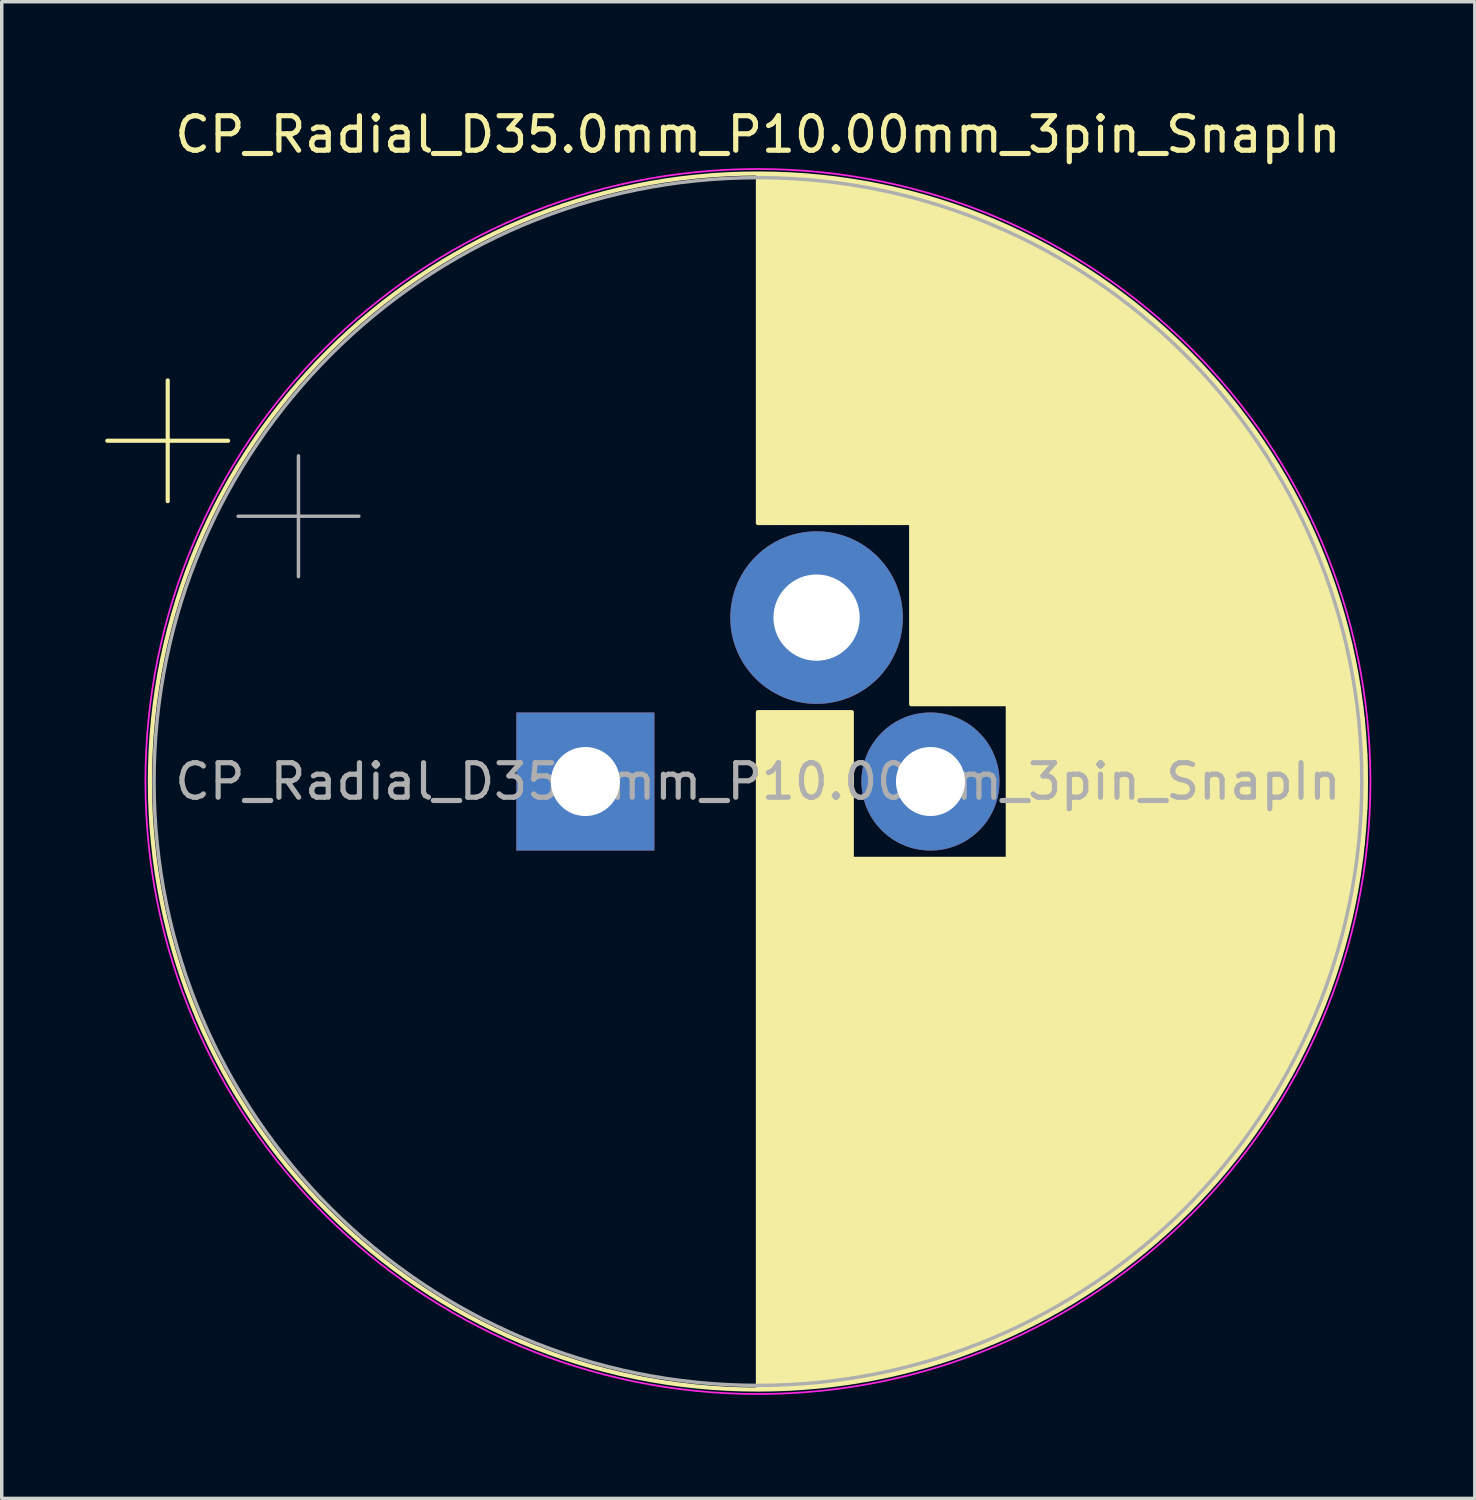
<source format=kicad_pcb>
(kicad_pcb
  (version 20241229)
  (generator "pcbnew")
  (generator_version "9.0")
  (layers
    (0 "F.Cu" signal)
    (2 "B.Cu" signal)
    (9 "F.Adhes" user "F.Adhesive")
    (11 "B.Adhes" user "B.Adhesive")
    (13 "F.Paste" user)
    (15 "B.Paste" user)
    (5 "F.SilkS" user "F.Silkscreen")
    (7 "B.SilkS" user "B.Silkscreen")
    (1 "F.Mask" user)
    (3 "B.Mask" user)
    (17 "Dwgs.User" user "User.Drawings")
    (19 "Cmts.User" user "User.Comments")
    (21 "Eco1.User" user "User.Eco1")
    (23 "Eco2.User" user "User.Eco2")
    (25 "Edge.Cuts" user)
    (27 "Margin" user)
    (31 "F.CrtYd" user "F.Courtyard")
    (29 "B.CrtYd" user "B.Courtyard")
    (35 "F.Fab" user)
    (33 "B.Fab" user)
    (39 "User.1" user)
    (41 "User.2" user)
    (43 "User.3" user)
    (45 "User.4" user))
  (footprint "CP_Radial_D35.0mm_P10.00mm_3pin_SnapIn"
    (layer "F.Cu")
    (at 13.914 19.598)
    (property "Reference" "CP_Radial_D35.0mm_P10.00mm_3pin_SnapIn" (at 5 -18.75 0) (layer "F.SilkS") (effects (font (size 1 1) (thickness 0.15))))
    (attr through_hole)
    (fp_line (start -13.854 -9.875) (end -10.354 -9.875) (stroke (width 0.12) (type solid)) (layer "F.SilkS"))
    (fp_line (start -12.104 -11.625) (end -12.104 -8.125) (stroke (width 0.12) (type solid)) (layer "F.SilkS"))
    (fp_line (start 5 -17.58) (end 5 -7.49) (stroke (width 0.12) (type solid)) (layer "F.SilkS"))
    (fp_line (start 5 -2.01) (end 5 17.58) (stroke (width 0.12) (type solid)) (layer "F.SilkS"))
    (fp_line (start 5.04 -17.58) (end 5.04 -7.49) (stroke (width 0.12) (type solid)) (layer "F.SilkS"))
    (fp_line (start 5.04 -2.01) (end 5.04 17.58) (stroke (width 0.12) (type solid)) (layer "F.SilkS"))
    (fp_line (start 5.08 -17.58) (end 5.08 -7.49) (stroke (width 0.12) (type solid)) (layer "F.SilkS"))
    (fp_line (start 5.08 -2.01) (end 5.08 17.58) (stroke (width 0.12) (type solid)) (layer "F.SilkS"))
    (fp_line (start 5.12 -17.58) (end 5.12 -7.49) (stroke (width 0.12) (type solid)) (layer "F.SilkS"))
    (fp_line (start 5.12 -2.01) (end 5.12 17.58) (stroke (width 0.12) (type solid)) (layer "F.SilkS"))
    (fp_line (start 5.16 -17.58) (end 5.16 -7.49) (stroke (width 0.12) (type solid)) (layer "F.SilkS"))
    (fp_line (start 5.16 -2.01) (end 5.16 17.58) (stroke (width 0.12) (type solid)) (layer "F.SilkS"))
    (fp_line (start 5.2 -17.579) (end 5.2 -7.49) (stroke (width 0.12) (type solid)) (layer "F.SilkS"))
    (fp_line (start 5.2 -2.01) (end 5.2 17.579) (stroke (width 0.12) (type solid)) (layer "F.SilkS"))
    (fp_line (start 5.24 -17.579) (end 5.24 -7.49) (stroke (width 0.12) (type solid)) (layer "F.SilkS"))
    (fp_line (start 5.24 -2.01) (end 5.24 17.579) (stroke (width 0.12) (type solid)) (layer "F.SilkS"))
    (fp_line (start 5.28 -17.578) (end 5.28 -7.49) (stroke (width 0.12) (type solid)) (layer "F.SilkS"))
    (fp_line (start 5.28 -2.01) (end 5.28 17.578) (stroke (width 0.12) (type solid)) (layer "F.SilkS"))
    (fp_line (start 5.32 -17.578) (end 5.32 -7.49) (stroke (width 0.12) (type solid)) (layer "F.SilkS"))
    (fp_line (start 5.32 -2.01) (end 5.32 17.578) (stroke (width 0.12) (type solid)) (layer "F.SilkS"))
    (fp_line (start 5.36 -17.577) (end 5.36 -7.49) (stroke (width 0.12) (type solid)) (layer "F.SilkS"))
    (fp_line (start 5.36 -2.01) (end 5.36 17.577) (stroke (width 0.12) (type solid)) (layer "F.SilkS"))
    (fp_line (start 5.4 -17.576) (end 5.4 -7.49) (stroke (width 0.12) (type solid)) (layer "F.SilkS"))
    (fp_line (start 5.4 -2.01) (end 5.4 17.576) (stroke (width 0.12) (type solid)) (layer "F.SilkS"))
    (fp_line (start 5.44 -17.575) (end 5.44 -7.49) (stroke (width 0.12) (type solid)) (layer "F.SilkS"))
    (fp_line (start 5.44 -2.01) (end 5.44 17.575) (stroke (width 0.12) (type solid)) (layer "F.SilkS"))
    (fp_line (start 5.48 -17.574) (end 5.48 -7.49) (stroke (width 0.12) (type solid)) (layer "F.SilkS"))
    (fp_line (start 5.48 -2.01) (end 5.48 17.574) (stroke (width 0.12) (type solid)) (layer "F.SilkS"))
    (fp_line (start 5.52 -17.573) (end 5.52 -7.49) (stroke (width 0.12) (type solid)) (layer "F.SilkS"))
    (fp_line (start 5.52 -2.01) (end 5.52 17.573) (stroke (width 0.12) (type solid)) (layer "F.SilkS"))
    (fp_line (start 5.56 -17.572) (end 5.56 -7.49) (stroke (width 0.12) (type solid)) (layer "F.SilkS"))
    (fp_line (start 5.56 -2.01) (end 5.56 17.572) (stroke (width 0.12) (type solid)) (layer "F.SilkS"))
    (fp_line (start 5.6 -17.57) (end 5.6 -7.49) (stroke (width 0.12) (type solid)) (layer "F.SilkS"))
    (fp_line (start 5.6 -2.01) (end 5.6 17.57) (stroke (width 0.12) (type solid)) (layer "F.SilkS"))
    (fp_line (start 5.64 -17.569) (end 5.64 -7.49) (stroke (width 0.12) (type solid)) (layer "F.SilkS"))
    (fp_line (start 5.64 -2.01) (end 5.64 17.569) (stroke (width 0.12) (type solid)) (layer "F.SilkS"))
    (fp_line (start 5.68 -17.567) (end 5.68 -7.49) (stroke (width 0.12) (type solid)) (layer "F.SilkS"))
    (fp_line (start 5.68 -2.01) (end 5.68 17.567) (stroke (width 0.12) (type solid)) (layer "F.SilkS"))
    (fp_line (start 5.721 -17.566) (end 5.721 -7.49) (stroke (width 0.12) (type solid)) (layer "F.SilkS"))
    (fp_line (start 5.721 -2.01) (end 5.721 17.566) (stroke (width 0.12) (type solid)) (layer "F.SilkS"))
    (fp_line (start 5.761 -17.564) (end 5.761 -7.49) (stroke (width 0.12) (type solid)) (layer "F.SilkS"))
    (fp_line (start 5.761 -2.01) (end 5.761 17.564) (stroke (width 0.12) (type solid)) (layer "F.SilkS"))
    (fp_line (start 5.801 -17.562) (end 5.801 -7.49) (stroke (width 0.12) (type solid)) (layer "F.SilkS"))
    (fp_line (start 5.801 -2.01) (end 5.801 17.562) (stroke (width 0.12) (type solid)) (layer "F.SilkS"))
    (fp_line (start 5.841 -17.56) (end 5.841 -7.49) (stroke (width 0.12) (type solid)) (layer "F.SilkS"))
    (fp_line (start 5.841 -2.01) (end 5.841 17.56) (stroke (width 0.12) (type solid)) (layer "F.SilkS"))
    (fp_line (start 5.881 -17.559) (end 5.881 -7.49) (stroke (width 0.12) (type solid)) (layer "F.SilkS"))
    (fp_line (start 5.881 -2.01) (end 5.881 17.559) (stroke (width 0.12) (type solid)) (layer "F.SilkS"))
    (fp_line (start 5.921 -17.556) (end 5.921 -7.49) (stroke (width 0.12) (type solid)) (layer "F.SilkS"))
    (fp_line (start 5.921 -2.01) (end 5.921 17.556) (stroke (width 0.12) (type solid)) (layer "F.SilkS"))
    (fp_line (start 5.961 -17.554) (end 5.961 -7.49) (stroke (width 0.12) (type solid)) (layer "F.SilkS"))
    (fp_line (start 5.961 -2.01) (end 5.961 17.554) (stroke (width 0.12) (type solid)) (layer "F.SilkS"))
    (fp_line (start 6.001 -17.552) (end 6.001 -7.49) (stroke (width 0.12) (type solid)) (layer "F.SilkS"))
    (fp_line (start 6.001 -2.01) (end 6.001 17.552) (stroke (width 0.12) (type solid)) (layer "F.SilkS"))
    (fp_line (start 6.041 -17.55) (end 6.041 -7.49) (stroke (width 0.12) (type solid)) (layer "F.SilkS"))
    (fp_line (start 6.041 -2.01) (end 6.041 17.55) (stroke (width 0.12) (type solid)) (layer "F.SilkS"))
    (fp_line (start 6.081 -17.547) (end 6.081 -7.49) (stroke (width 0.12) (type solid)) (layer "F.SilkS"))
    (fp_line (start 6.081 -2.01) (end 6.081 17.547) (stroke (width 0.12) (type solid)) (layer "F.SilkS"))
    (fp_line (start 6.121 -17.545) (end 6.121 -7.49) (stroke (width 0.12) (type solid)) (layer "F.SilkS"))
    (fp_line (start 6.121 -2.01) (end 6.121 17.545) (stroke (width 0.12) (type solid)) (layer "F.SilkS"))
    (fp_line (start 6.161 -17.542) (end 6.161 -7.49) (stroke (width 0.12) (type solid)) (layer "F.SilkS"))
    (fp_line (start 6.161 -2.01) (end 6.161 17.542) (stroke (width 0.12) (type solid)) (layer "F.SilkS"))
    (fp_line (start 6.201 -17.54) (end 6.201 -7.49) (stroke (width 0.12) (type solid)) (layer "F.SilkS"))
    (fp_line (start 6.201 -2.01) (end 6.201 17.54) (stroke (width 0.12) (type solid)) (layer "F.SilkS"))
    (fp_line (start 6.241 -17.537) (end 6.241 -7.49) (stroke (width 0.12) (type solid)) (layer "F.SilkS"))
    (fp_line (start 6.241 -2.01) (end 6.241 17.537) (stroke (width 0.12) (type solid)) (layer "F.SilkS"))
    (fp_line (start 6.281 -17.534) (end 6.281 -7.49) (stroke (width 0.12) (type solid)) (layer "F.SilkS"))
    (fp_line (start 6.281 -2.01) (end 6.281 17.534) (stroke (width 0.12) (type solid)) (layer "F.SilkS"))
    (fp_line (start 6.321 -17.531) (end 6.321 -7.49) (stroke (width 0.12) (type solid)) (layer "F.SilkS"))
    (fp_line (start 6.321 -2.01) (end 6.321 17.531) (stroke (width 0.12) (type solid)) (layer "F.SilkS"))
    (fp_line (start 6.361 -17.528) (end 6.361 -7.49) (stroke (width 0.12) (type solid)) (layer "F.SilkS"))
    (fp_line (start 6.361 -2.01) (end 6.361 17.528) (stroke (width 0.12) (type solid)) (layer "F.SilkS"))
    (fp_line (start 6.401 -17.525) (end 6.401 -7.49) (stroke (width 0.12) (type solid)) (layer "F.SilkS"))
    (fp_line (start 6.401 -2.01) (end 6.401 17.525) (stroke (width 0.12) (type solid)) (layer "F.SilkS"))
    (fp_line (start 6.441 -17.522) (end 6.441 -7.49) (stroke (width 0.12) (type solid)) (layer "F.SilkS"))
    (fp_line (start 6.441 -2.01) (end 6.441 17.522) (stroke (width 0.12) (type solid)) (layer "F.SilkS"))
    (fp_line (start 6.481 -17.518) (end 6.481 -7.49) (stroke (width 0.12) (type solid)) (layer "F.SilkS"))
    (fp_line (start 6.481 -2.01) (end 6.481 17.518) (stroke (width 0.12) (type solid)) (layer "F.SilkS"))
    (fp_line (start 6.521 -17.515) (end 6.521 -7.49) (stroke (width 0.12) (type solid)) (layer "F.SilkS"))
    (fp_line (start 6.521 -2.01) (end 6.521 17.515) (stroke (width 0.12) (type solid)) (layer "F.SilkS"))
    (fp_line (start 6.561 -17.511) (end 6.561 -7.49) (stroke (width 0.12) (type solid)) (layer "F.SilkS"))
    (fp_line (start 6.561 -2.01) (end 6.561 17.511) (stroke (width 0.12) (type solid)) (layer "F.SilkS"))
    (fp_line (start 6.601 -17.508) (end 6.601 -7.49) (stroke (width 0.12) (type solid)) (layer "F.SilkS"))
    (fp_line (start 6.601 -2.01) (end 6.601 17.508) (stroke (width 0.12) (type solid)) (layer "F.SilkS"))
    (fp_line (start 6.641 -17.504) (end 6.641 -7.49) (stroke (width 0.12) (type solid)) (layer "F.SilkS"))
    (fp_line (start 6.641 -2.01) (end 6.641 17.504) (stroke (width 0.12) (type solid)) (layer "F.SilkS"))
    (fp_line (start 6.681 -17.5) (end 6.681 -7.49) (stroke (width 0.12) (type solid)) (layer "F.SilkS"))
    (fp_line (start 6.681 -2.01) (end 6.681 17.5) (stroke (width 0.12) (type solid)) (layer "F.SilkS"))
    (fp_line (start 6.721 -17.496) (end 6.721 -7.49) (stroke (width 0.12) (type solid)) (layer "F.SilkS"))
    (fp_line (start 6.721 -2.01) (end 6.721 17.496) (stroke (width 0.12) (type solid)) (layer "F.SilkS"))
    (fp_line (start 6.761 -17.492) (end 6.761 -7.49) (stroke (width 0.12) (type solid)) (layer "F.SilkS"))
    (fp_line (start 6.761 -2.01) (end 6.761 17.492) (stroke (width 0.12) (type solid)) (layer "F.SilkS"))
    (fp_line (start 6.801 -17.488) (end 6.801 -7.49) (stroke (width 0.12) (type solid)) (layer "F.SilkS"))
    (fp_line (start 6.801 -2.01) (end 6.801 17.488) (stroke (width 0.12) (type solid)) (layer "F.SilkS"))
    (fp_line (start 6.841 -17.484) (end 6.841 -7.49) (stroke (width 0.12) (type solid)) (layer "F.SilkS"))
    (fp_line (start 6.841 -2.01) (end 6.841 17.484) (stroke (width 0.12) (type solid)) (layer "F.SilkS"))
    (fp_line (start 6.881 -17.48) (end 6.881 -7.49) (stroke (width 0.12) (type solid)) (layer "F.SilkS"))
    (fp_line (start 6.881 -2.01) (end 6.881 17.48) (stroke (width 0.12) (type solid)) (layer "F.SilkS"))
    (fp_line (start 6.921 -17.476) (end 6.921 -7.49) (stroke (width 0.12) (type solid)) (layer "F.SilkS"))
    (fp_line (start 6.921 -2.01) (end 6.921 17.476) (stroke (width 0.12) (type solid)) (layer "F.SilkS"))
    (fp_line (start 6.961 -17.471) (end 6.961 -7.49) (stroke (width 0.12) (type solid)) (layer "F.SilkS"))
    (fp_line (start 6.961 -2.01) (end 6.961 17.471) (stroke (width 0.12) (type solid)) (layer "F.SilkS"))
    (fp_line (start 7.001 -17.467) (end 7.001 -7.49) (stroke (width 0.12) (type solid)) (layer "F.SilkS"))
    (fp_line (start 7.001 -2.01) (end 7.001 17.467) (stroke (width 0.12) (type solid)) (layer "F.SilkS"))
    (fp_line (start 7.041 -17.462) (end 7.041 -7.49) (stroke (width 0.12) (type solid)) (layer "F.SilkS"))
    (fp_line (start 7.041 -2.01) (end 7.041 17.462) (stroke (width 0.12) (type solid)) (layer "F.SilkS"))
    (fp_line (start 7.081 -17.457) (end 7.081 -7.49) (stroke (width 0.12) (type solid)) (layer "F.SilkS"))
    (fp_line (start 7.081 -2.01) (end 7.081 17.457) (stroke (width 0.12) (type solid)) (layer "F.SilkS"))
    (fp_line (start 7.121 -17.452) (end 7.121 -7.49) (stroke (width 0.12) (type solid)) (layer "F.SilkS"))
    (fp_line (start 7.121 -2.01) (end 7.121 17.452) (stroke (width 0.12) (type solid)) (layer "F.SilkS"))
    (fp_line (start 7.161 -17.448) (end 7.161 -7.49) (stroke (width 0.12) (type solid)) (layer "F.SilkS"))
    (fp_line (start 7.161 -2.01) (end 7.161 17.448) (stroke (width 0.12) (type solid)) (layer "F.SilkS"))
    (fp_line (start 7.201 -17.443) (end 7.201 -7.49) (stroke (width 0.12) (type solid)) (layer "F.SilkS"))
    (fp_line (start 7.201 -2.01) (end 7.201 17.443) (stroke (width 0.12) (type solid)) (layer "F.SilkS"))
    (fp_line (start 7.241 -17.438) (end 7.241 -7.49) (stroke (width 0.12) (type solid)) (layer "F.SilkS"))
    (fp_line (start 7.241 -2.01) (end 7.241 17.438) (stroke (width 0.12) (type solid)) (layer "F.SilkS"))
    (fp_line (start 7.281 -17.432) (end 7.281 -7.49) (stroke (width 0.12) (type solid)) (layer "F.SilkS"))
    (fp_line (start 7.281 -2.01) (end 7.281 17.432) (stroke (width 0.12) (type solid)) (layer "F.SilkS"))
    (fp_line (start 7.321 -17.427) (end 7.321 -7.49) (stroke (width 0.12) (type solid)) (layer "F.SilkS"))
    (fp_line (start 7.321 -2.01) (end 7.321 17.427) (stroke (width 0.12) (type solid)) (layer "F.SilkS"))
    (fp_line (start 7.361 -17.422) (end 7.361 -7.49) (stroke (width 0.12) (type solid)) (layer "F.SilkS"))
    (fp_line (start 7.361 -2.01) (end 7.361 17.422) (stroke (width 0.12) (type solid)) (layer "F.SilkS"))
    (fp_line (start 7.401 -17.416) (end 7.401 -7.49) (stroke (width 0.12) (type solid)) (layer "F.SilkS"))
    (fp_line (start 7.401 -2.01) (end 7.401 17.416) (stroke (width 0.12) (type solid)) (layer "F.SilkS"))
    (fp_line (start 7.441 -17.411) (end 7.441 -7.49) (stroke (width 0.12) (type solid)) (layer "F.SilkS"))
    (fp_line (start 7.441 -2.01) (end 7.441 17.411) (stroke (width 0.12) (type solid)) (layer "F.SilkS"))
    (fp_line (start 7.481 -17.405) (end 7.481 -7.49) (stroke (width 0.12) (type solid)) (layer "F.SilkS"))
    (fp_line (start 7.481 -2.01) (end 7.481 17.405) (stroke (width 0.12) (type solid)) (layer "F.SilkS"))
    (fp_line (start 7.521 -17.399) (end 7.521 -7.49) (stroke (width 0.12) (type solid)) (layer "F.SilkS"))
    (fp_line (start 7.521 -2.01) (end 7.521 17.399) (stroke (width 0.12) (type solid)) (layer "F.SilkS"))
    (fp_line (start 7.561 -17.394) (end 7.561 -7.49) (stroke (width 0.12) (type solid)) (layer "F.SilkS"))
    (fp_line (start 7.561 -2.01) (end 7.561 17.394) (stroke (width 0.12) (type solid)) (layer "F.SilkS"))
    (fp_line (start 7.601 -17.388) (end 7.601 -7.49) (stroke (width 0.12) (type solid)) (layer "F.SilkS"))
    (fp_line (start 7.601 -2.01) (end 7.601 17.388) (stroke (width 0.12) (type solid)) (layer "F.SilkS"))
    (fp_line (start 7.641 -17.382) (end 7.641 -7.49) (stroke (width 0.12) (type solid)) (layer "F.SilkS"))
    (fp_line (start 7.641 -2.01) (end 7.641 17.382) (stroke (width 0.12) (type solid)) (layer "F.SilkS"))
    (fp_line (start 7.681 -17.375) (end 7.681 -7.49) (stroke (width 0.12) (type solid)) (layer "F.SilkS"))
    (fp_line (start 7.681 -2.01) (end 7.681 17.375) (stroke (width 0.12) (type solid)) (layer "F.SilkS"))
    (fp_line (start 7.721 -17.369) (end 7.721 -7.49) (stroke (width 0.12) (type solid)) (layer "F.SilkS"))
    (fp_line (start 7.721 -2.01) (end 7.721 17.369) (stroke (width 0.12) (type solid)) (layer "F.SilkS"))
    (fp_line (start 7.761 -17.363) (end 7.761 -7.49) (stroke (width 0.12) (type solid)) (layer "F.SilkS"))
    (fp_line (start 7.761 2.24) (end 7.761 17.363) (stroke (width 0.12) (type solid)) (layer "F.SilkS"))
    (fp_line (start 7.801 -17.357) (end 7.801 -7.49) (stroke (width 0.12) (type solid)) (layer "F.SilkS"))
    (fp_line (start 7.801 2.24) (end 7.801 17.357) (stroke (width 0.12) (type solid)) (layer "F.SilkS"))
    (fp_line (start 7.841 -17.35) (end 7.841 -7.49) (stroke (width 0.12) (type solid)) (layer "F.SilkS"))
    (fp_line (start 7.841 2.24) (end 7.841 17.35) (stroke (width 0.12) (type solid)) (layer "F.SilkS"))
    (fp_line (start 7.881 -17.344) (end 7.881 -7.49) (stroke (width 0.12) (type solid)) (layer "F.SilkS"))
    (fp_line (start 7.881 2.24) (end 7.881 17.344) (stroke (width 0.12) (type solid)) (layer "F.SilkS"))
    (fp_line (start 7.921 -17.337) (end 7.921 -7.49) (stroke (width 0.12) (type solid)) (layer "F.SilkS"))
    (fp_line (start 7.921 2.24) (end 7.921 17.337) (stroke (width 0.12) (type solid)) (layer "F.SilkS"))
    (fp_line (start 7.961 -17.33) (end 7.961 -7.49) (stroke (width 0.12) (type solid)) (layer "F.SilkS"))
    (fp_line (start 7.961 2.24) (end 7.961 17.33) (stroke (width 0.12) (type solid)) (layer "F.SilkS"))
    (fp_line (start 8.001 -17.323) (end 8.001 -7.49) (stroke (width 0.12) (type solid)) (layer "F.SilkS"))
    (fp_line (start 8.001 2.24) (end 8.001 17.323) (stroke (width 0.12) (type solid)) (layer "F.SilkS"))
    (fp_line (start 8.041 -17.316) (end 8.041 -7.49) (stroke (width 0.12) (type solid)) (layer "F.SilkS"))
    (fp_line (start 8.041 2.24) (end 8.041 17.316) (stroke (width 0.12) (type solid)) (layer "F.SilkS"))
    (fp_line (start 8.081 -17.309) (end 8.081 -7.49) (stroke (width 0.12) (type solid)) (layer "F.SilkS"))
    (fp_line (start 8.081 2.24) (end 8.081 17.309) (stroke (width 0.12) (type solid)) (layer "F.SilkS"))
    (fp_line (start 8.121 -17.302) (end 8.121 -7.49) (stroke (width 0.12) (type solid)) (layer "F.SilkS"))
    (fp_line (start 8.121 2.24) (end 8.121 17.302) (stroke (width 0.12) (type solid)) (layer "F.SilkS"))
    (fp_line (start 8.161 -17.295) (end 8.161 -7.49) (stroke (width 0.12) (type solid)) (layer "F.SilkS"))
    (fp_line (start 8.161 2.24) (end 8.161 17.295) (stroke (width 0.12) (type solid)) (layer "F.SilkS"))
    (fp_line (start 8.201 -17.287) (end 8.201 -7.49) (stroke (width 0.12) (type solid)) (layer "F.SilkS"))
    (fp_line (start 8.201 2.24) (end 8.201 17.287) (stroke (width 0.12) (type solid)) (layer "F.SilkS"))
    (fp_line (start 8.241 -17.28) (end 8.241 -7.49) (stroke (width 0.12) (type solid)) (layer "F.SilkS"))
    (fp_line (start 8.241 2.24) (end 8.241 17.28) (stroke (width 0.12) (type solid)) (layer "F.SilkS"))
    (fp_line (start 8.281 -17.273) (end 8.281 -7.49) (stroke (width 0.12) (type solid)) (layer "F.SilkS"))
    (fp_line (start 8.281 2.24) (end 8.281 17.273) (stroke (width 0.12) (type solid)) (layer "F.SilkS"))
    (fp_line (start 8.321 -17.265) (end 8.321 -7.49) (stroke (width 0.12) (type solid)) (layer "F.SilkS"))
    (fp_line (start 8.321 2.24) (end 8.321 17.265) (stroke (width 0.12) (type solid)) (layer "F.SilkS"))
    (fp_line (start 8.361 -17.257) (end 8.361 -7.49) (stroke (width 0.12) (type solid)) (layer "F.SilkS"))
    (fp_line (start 8.361 2.24) (end 8.361 17.257) (stroke (width 0.12) (type solid)) (layer "F.SilkS"))
    (fp_line (start 8.401 -17.249) (end 8.401 -7.49) (stroke (width 0.12) (type solid)) (layer "F.SilkS"))
    (fp_line (start 8.401 2.24) (end 8.401 17.249) (stroke (width 0.12) (type solid)) (layer "F.SilkS"))
    (fp_line (start 8.441 -17.241) (end 8.441 -7.49) (stroke (width 0.12) (type solid)) (layer "F.SilkS"))
    (fp_line (start 8.441 2.24) (end 8.441 17.241) (stroke (width 0.12) (type solid)) (layer "F.SilkS"))
    (fp_line (start 8.481 -17.233) (end 8.481 -7.49) (stroke (width 0.12) (type solid)) (layer "F.SilkS"))
    (fp_line (start 8.481 2.24) (end 8.481 17.233) (stroke (width 0.12) (type solid)) (layer "F.SilkS"))
    (fp_line (start 8.521 -17.225) (end 8.521 -7.49) (stroke (width 0.12) (type solid)) (layer "F.SilkS"))
    (fp_line (start 8.521 2.24) (end 8.521 17.225) (stroke (width 0.12) (type solid)) (layer "F.SilkS"))
    (fp_line (start 8.561 -17.217) (end 8.561 -7.49) (stroke (width 0.12) (type solid)) (layer "F.SilkS"))
    (fp_line (start 8.561 2.24) (end 8.561 17.217) (stroke (width 0.12) (type solid)) (layer "F.SilkS"))
    (fp_line (start 8.601 -17.209) (end 8.601 -7.49) (stroke (width 0.12) (type solid)) (layer "F.SilkS"))
    (fp_line (start 8.601 2.24) (end 8.601 17.209) (stroke (width 0.12) (type solid)) (layer "F.SilkS"))
    (fp_line (start 8.641 -17.2) (end 8.641 -7.49) (stroke (width 0.12) (type solid)) (layer "F.SilkS"))
    (fp_line (start 8.641 2.24) (end 8.641 17.2) (stroke (width 0.12) (type solid)) (layer "F.SilkS"))
    (fp_line (start 8.681 -17.192) (end 8.681 -7.49) (stroke (width 0.12) (type solid)) (layer "F.SilkS"))
    (fp_line (start 8.681 2.24) (end 8.681 17.192) (stroke (width 0.12) (type solid)) (layer "F.SilkS"))
    (fp_line (start 8.721 -17.183) (end 8.721 -7.49) (stroke (width 0.12) (type solid)) (layer "F.SilkS"))
    (fp_line (start 8.721 2.24) (end 8.721 17.183) (stroke (width 0.12) (type solid)) (layer "F.SilkS"))
    (fp_line (start 8.761 -17.175) (end 8.761 -7.49) (stroke (width 0.12) (type solid)) (layer "F.SilkS"))
    (fp_line (start 8.761 2.24) (end 8.761 17.175) (stroke (width 0.12) (type solid)) (layer "F.SilkS"))
    (fp_line (start 8.801 -17.166) (end 8.801 -7.49) (stroke (width 0.12) (type solid)) (layer "F.SilkS"))
    (fp_line (start 8.801 2.24) (end 8.801 17.166) (stroke (width 0.12) (type solid)) (layer "F.SilkS"))
    (fp_line (start 8.841 -17.157) (end 8.841 -7.49) (stroke (width 0.12) (type solid)) (layer "F.SilkS"))
    (fp_line (start 8.841 2.24) (end 8.841 17.157) (stroke (width 0.12) (type solid)) (layer "F.SilkS"))
    (fp_line (start 8.881 -17.148) (end 8.881 -7.49) (stroke (width 0.12) (type solid)) (layer "F.SilkS"))
    (fp_line (start 8.881 2.24) (end 8.881 17.148) (stroke (width 0.12) (type solid)) (layer "F.SilkS"))
    (fp_line (start 8.921 -17.139) (end 8.921 -7.49) (stroke (width 0.12) (type solid)) (layer "F.SilkS"))
    (fp_line (start 8.921 2.24) (end 8.921 17.139) (stroke (width 0.12) (type solid)) (layer "F.SilkS"))
    (fp_line (start 8.961 -17.13) (end 8.961 -7.49) (stroke (width 0.12) (type solid)) (layer "F.SilkS"))
    (fp_line (start 8.961 2.24) (end 8.961 17.13) (stroke (width 0.12) (type solid)) (layer "F.SilkS"))
    (fp_line (start 9.001 -17.12) (end 9.001 -7.49) (stroke (width 0.12) (type solid)) (layer "F.SilkS"))
    (fp_line (start 9.001 2.24) (end 9.001 17.12) (stroke (width 0.12) (type solid)) (layer "F.SilkS"))
    (fp_line (start 9.041 -17.111) (end 9.041 -7.49) (stroke (width 0.12) (type solid)) (layer "F.SilkS"))
    (fp_line (start 9.041 2.24) (end 9.041 17.111) (stroke (width 0.12) (type solid)) (layer "F.SilkS"))
    (fp_line (start 9.081 -17.102) (end 9.081 -7.49) (stroke (width 0.12) (type solid)) (layer "F.SilkS"))
    (fp_line (start 9.081 2.24) (end 9.081 17.102) (stroke (width 0.12) (type solid)) (layer "F.SilkS"))
    (fp_line (start 9.121 -17.092) (end 9.121 -7.49) (stroke (width 0.12) (type solid)) (layer "F.SilkS"))
    (fp_line (start 9.121 2.24) (end 9.121 17.092) (stroke (width 0.12) (type solid)) (layer "F.SilkS"))
    (fp_line (start 9.161 -17.082) (end 9.161 -7.49) (stroke (width 0.12) (type solid)) (layer "F.SilkS"))
    (fp_line (start 9.161 2.24) (end 9.161 17.082) (stroke (width 0.12) (type solid)) (layer "F.SilkS"))
    (fp_line (start 9.201 -17.073) (end 9.201 -7.49) (stroke (width 0.12) (type solid)) (layer "F.SilkS"))
    (fp_line (start 9.201 2.24) (end 9.201 17.073) (stroke (width 0.12) (type solid)) (layer "F.SilkS"))
    (fp_line (start 9.241 -17.063) (end 9.241 -7.49) (stroke (width 0.12) (type solid)) (layer "F.SilkS"))
    (fp_line (start 9.241 2.24) (end 9.241 17.063) (stroke (width 0.12) (type solid)) (layer "F.SilkS"))
    (fp_line (start 9.281 -17.053) (end 9.281 -7.49) (stroke (width 0.12) (type solid)) (layer "F.SilkS"))
    (fp_line (start 9.281 2.24) (end 9.281 17.053) (stroke (width 0.12) (type solid)) (layer "F.SilkS"))
    (fp_line (start 9.321 -17.043) (end 9.321 -7.49) (stroke (width 0.12) (type solid)) (layer "F.SilkS"))
    (fp_line (start 9.321 2.24) (end 9.321 17.043) (stroke (width 0.12) (type solid)) (layer "F.SilkS"))
    (fp_line (start 9.361 -17.033) (end 9.361 -7.49) (stroke (width 0.12) (type solid)) (layer "F.SilkS"))
    (fp_line (start 9.361 2.24) (end 9.361 17.033) (stroke (width 0.12) (type solid)) (layer "F.SilkS"))
    (fp_line (start 9.401 -17.022) (end 9.401 -7.49) (stroke (width 0.12) (type solid)) (layer "F.SilkS"))
    (fp_line (start 9.401 2.24) (end 9.401 17.022) (stroke (width 0.12) (type solid)) (layer "F.SilkS"))
    (fp_line (start 9.441 -17.012) (end 9.441 -2.24) (stroke (width 0.12) (type solid)) (layer "F.SilkS"))
    (fp_line (start 9.441 2.24) (end 9.441 17.012) (stroke (width 0.12) (type solid)) (layer "F.SilkS"))
    (fp_line (start 9.481 -17.001) (end 9.481 -2.24) (stroke (width 0.12) (type solid)) (layer "F.SilkS"))
    (fp_line (start 9.481 2.24) (end 9.481 17.001) (stroke (width 0.12) (type solid)) (layer "F.SilkS"))
    (fp_line (start 9.521 -16.991) (end 9.521 -2.24) (stroke (width 0.12) (type solid)) (layer "F.SilkS"))
    (fp_line (start 9.521 2.24) (end 9.521 16.991) (stroke (width 0.12) (type solid)) (layer "F.SilkS"))
    (fp_line (start 9.561 -16.98) (end 9.561 -2.24) (stroke (width 0.12) (type solid)) (layer "F.SilkS"))
    (fp_line (start 9.561 2.24) (end 9.561 16.98) (stroke (width 0.12) (type solid)) (layer "F.SilkS"))
    (fp_line (start 9.601 -16.969) (end 9.601 -2.24) (stroke (width 0.12) (type solid)) (layer "F.SilkS"))
    (fp_line (start 9.601 2.24) (end 9.601 16.969) (stroke (width 0.12) (type solid)) (layer "F.SilkS"))
    (fp_line (start 9.641 -16.959) (end 9.641 -2.24) (stroke (width 0.12) (type solid)) (layer "F.SilkS"))
    (fp_line (start 9.641 2.24) (end 9.641 16.959) (stroke (width 0.12) (type solid)) (layer "F.SilkS"))
    (fp_line (start 9.681 -16.948) (end 9.681 -2.24) (stroke (width 0.12) (type solid)) (layer "F.SilkS"))
    (fp_line (start 9.681 2.24) (end 9.681 16.948) (stroke (width 0.12) (type solid)) (layer "F.SilkS"))
    (fp_line (start 9.721 -16.937) (end 9.721 -2.24) (stroke (width 0.12) (type solid)) (layer "F.SilkS"))
    (fp_line (start 9.721 2.24) (end 9.721 16.937) (stroke (width 0.12) (type solid)) (layer "F.SilkS"))
    (fp_line (start 9.761 -16.925) (end 9.761 -2.24) (stroke (width 0.12) (type solid)) (layer "F.SilkS"))
    (fp_line (start 9.761 2.24) (end 9.761 16.925) (stroke (width 0.12) (type solid)) (layer "F.SilkS"))
    (fp_line (start 9.801 -16.914) (end 9.801 -2.24) (stroke (width 0.12) (type solid)) (layer "F.SilkS"))
    (fp_line (start 9.801 2.24) (end 9.801 16.914) (stroke (width 0.12) (type solid)) (layer "F.SilkS"))
    (fp_line (start 9.841 -16.903) (end 9.841 -2.24) (stroke (width 0.12) (type solid)) (layer "F.SilkS"))
    (fp_line (start 9.841 2.24) (end 9.841 16.903) (stroke (width 0.12) (type solid)) (layer "F.SilkS"))
    (fp_line (start 9.881 -16.891) (end 9.881 -2.24) (stroke (width 0.12) (type solid)) (layer "F.SilkS"))
    (fp_line (start 9.881 2.24) (end 9.881 16.891) (stroke (width 0.12) (type solid)) (layer "F.SilkS"))
    (fp_line (start 9.921 -16.88) (end 9.921 -2.24) (stroke (width 0.12) (type solid)) (layer "F.SilkS"))
    (fp_line (start 9.921 2.24) (end 9.921 16.88) (stroke (width 0.12) (type solid)) (layer "F.SilkS"))
    (fp_line (start 9.961 -16.868) (end 9.961 -2.24) (stroke (width 0.12) (type solid)) (layer "F.SilkS"))
    (fp_line (start 9.961 2.24) (end 9.961 16.868) (stroke (width 0.12) (type solid)) (layer "F.SilkS"))
    (fp_line (start 10.001 -16.856) (end 10.001 -2.24) (stroke (width 0.12) (type solid)) (layer "F.SilkS"))
    (fp_line (start 10.001 2.24) (end 10.001 16.856) (stroke (width 0.12) (type solid)) (layer "F.SilkS"))
    (fp_line (start 10.041 -16.844) (end 10.041 -2.24) (stroke (width 0.12) (type solid)) (layer "F.SilkS"))
    (fp_line (start 10.041 2.24) (end 10.041 16.844) (stroke (width 0.12) (type solid)) (layer "F.SilkS"))
    (fp_line (start 10.081 -16.832) (end 10.081 -2.24) (stroke (width 0.12) (type solid)) (layer "F.SilkS"))
    (fp_line (start 10.081 2.24) (end 10.081 16.832) (stroke (width 0.12) (type solid)) (layer "F.SilkS"))
    (fp_line (start 10.121 -16.82) (end 10.121 -2.24) (stroke (width 0.12) (type solid)) (layer "F.SilkS"))
    (fp_line (start 10.121 2.24) (end 10.121 16.82) (stroke (width 0.12) (type solid)) (layer "F.SilkS"))
    (fp_line (start 10.161 -16.808) (end 10.161 -2.24) (stroke (width 0.12) (type solid)) (layer "F.SilkS"))
    (fp_line (start 10.161 2.24) (end 10.161 16.808) (stroke (width 0.12) (type solid)) (layer "F.SilkS"))
    (fp_line (start 10.201 -16.796) (end 10.201 -2.24) (stroke (width 0.12) (type solid)) (layer "F.SilkS"))
    (fp_line (start 10.201 2.24) (end 10.201 16.796) (stroke (width 0.12) (type solid)) (layer "F.SilkS"))
    (fp_line (start 10.241 -16.783) (end 10.241 -2.24) (stroke (width 0.12) (type solid)) (layer "F.SilkS"))
    (fp_line (start 10.241 2.24) (end 10.241 16.783) (stroke (width 0.12) (type solid)) (layer "F.SilkS"))
    (fp_line (start 10.281 -16.771) (end 10.281 -2.24) (stroke (width 0.12) (type solid)) (layer "F.SilkS"))
    (fp_line (start 10.281 2.24) (end 10.281 16.771) (stroke (width 0.12) (type solid)) (layer "F.SilkS"))
    (fp_line (start 10.321 -16.758) (end 10.321 -2.24) (stroke (width 0.12) (type solid)) (layer "F.SilkS"))
    (fp_line (start 10.321 2.24) (end 10.321 16.758) (stroke (width 0.12) (type solid)) (layer "F.SilkS"))
    (fp_line (start 10.361 -16.745) (end 10.361 -2.24) (stroke (width 0.12) (type solid)) (layer "F.SilkS"))
    (fp_line (start 10.361 2.24) (end 10.361 16.745) (stroke (width 0.12) (type solid)) (layer "F.SilkS"))
    (fp_line (start 10.401 -16.733) (end 10.401 -2.24) (stroke (width 0.12) (type solid)) (layer "F.SilkS"))
    (fp_line (start 10.401 2.24) (end 10.401 16.733) (stroke (width 0.12) (type solid)) (layer "F.SilkS"))
    (fp_line (start 10.441 -16.72) (end 10.441 -2.24) (stroke (width 0.12) (type solid)) (layer "F.SilkS"))
    (fp_line (start 10.441 2.24) (end 10.441 16.72) (stroke (width 0.12) (type solid)) (layer "F.SilkS"))
    (fp_line (start 10.481 -16.707) (end 10.481 -2.24) (stroke (width 0.12) (type solid)) (layer "F.SilkS"))
    (fp_line (start 10.481 2.24) (end 10.481 16.707) (stroke (width 0.12) (type solid)) (layer "F.SilkS"))
    (fp_line (start 10.521 -16.694) (end 10.521 -2.24) (stroke (width 0.12) (type solid)) (layer "F.SilkS"))
    (fp_line (start 10.521 2.24) (end 10.521 16.694) (stroke (width 0.12) (type solid)) (layer "F.SilkS"))
    (fp_line (start 10.561 -16.68) (end 10.561 -2.24) (stroke (width 0.12) (type solid)) (layer "F.SilkS"))
    (fp_line (start 10.561 2.24) (end 10.561 16.68) (stroke (width 0.12) (type solid)) (layer "F.SilkS"))
    (fp_line (start 10.601 -16.667) (end 10.601 -2.24) (stroke (width 0.12) (type solid)) (layer "F.SilkS"))
    (fp_line (start 10.601 2.24) (end 10.601 16.667) (stroke (width 0.12) (type solid)) (layer "F.SilkS"))
    (fp_line (start 10.641 -16.653) (end 10.641 -2.24) (stroke (width 0.12) (type solid)) (layer "F.SilkS"))
    (fp_line (start 10.641 2.24) (end 10.641 16.653) (stroke (width 0.12) (type solid)) (layer "F.SilkS"))
    (fp_line (start 10.681 -16.64) (end 10.681 -2.24) (stroke (width 0.12) (type solid)) (layer "F.SilkS"))
    (fp_line (start 10.681 2.24) (end 10.681 16.64) (stroke (width 0.12) (type solid)) (layer "F.SilkS"))
    (fp_line (start 10.721 -16.626) (end 10.721 -2.24) (stroke (width 0.12) (type solid)) (layer "F.SilkS"))
    (fp_line (start 10.721 2.24) (end 10.721 16.626) (stroke (width 0.12) (type solid)) (layer "F.SilkS"))
    (fp_line (start 10.761 -16.612) (end 10.761 -2.24) (stroke (width 0.12) (type solid)) (layer "F.SilkS"))
    (fp_line (start 10.761 2.24) (end 10.761 16.612) (stroke (width 0.12) (type solid)) (layer "F.SilkS"))
    (fp_line (start 10.801 -16.599) (end 10.801 -2.24) (stroke (width 0.12) (type solid)) (layer "F.SilkS"))
    (fp_line (start 10.801 2.24) (end 10.801 16.599) (stroke (width 0.12) (type solid)) (layer "F.SilkS"))
    (fp_line (start 10.841 -16.585) (end 10.841 -2.24) (stroke (width 0.12) (type solid)) (layer "F.SilkS"))
    (fp_line (start 10.841 2.24) (end 10.841 16.585) (stroke (width 0.12) (type solid)) (layer "F.SilkS"))
    (fp_line (start 10.881 -16.57) (end 10.881 -2.24) (stroke (width 0.12) (type solid)) (layer "F.SilkS"))
    (fp_line (start 10.881 2.24) (end 10.881 16.57) (stroke (width 0.12) (type solid)) (layer "F.SilkS"))
    (fp_line (start 10.921 -16.556) (end 10.921 -2.24) (stroke (width 0.12) (type solid)) (layer "F.SilkS"))
    (fp_line (start 10.921 2.24) (end 10.921 16.556) (stroke (width 0.12) (type solid)) (layer "F.SilkS"))
    (fp_line (start 10.961 -16.542) (end 10.961 -2.24) (stroke (width 0.12) (type solid)) (layer "F.SilkS"))
    (fp_line (start 10.961 2.24) (end 10.961 16.542) (stroke (width 0.12) (type solid)) (layer "F.SilkS"))
    (fp_line (start 11.001 -16.527) (end 11.001 -2.24) (stroke (width 0.12) (type solid)) (layer "F.SilkS"))
    (fp_line (start 11.001 2.24) (end 11.001 16.527) (stroke (width 0.12) (type solid)) (layer "F.SilkS"))
    (fp_line (start 11.041 -16.513) (end 11.041 -2.24) (stroke (width 0.12) (type solid)) (layer "F.SilkS"))
    (fp_line (start 11.041 2.24) (end 11.041 16.513) (stroke (width 0.12) (type solid)) (layer "F.SilkS"))
    (fp_line (start 11.081 -16.498) (end 11.081 -2.24) (stroke (width 0.12) (type solid)) (layer "F.SilkS"))
    (fp_line (start 11.081 2.24) (end 11.081 16.498) (stroke (width 0.12) (type solid)) (layer "F.SilkS"))
    (fp_line (start 11.121 -16.484) (end 11.121 -2.24) (stroke (width 0.12) (type solid)) (layer "F.SilkS"))
    (fp_line (start 11.121 2.24) (end 11.121 16.484) (stroke (width 0.12) (type solid)) (layer "F.SilkS"))
    (fp_line (start 11.161 -16.469) (end 11.161 -2.24) (stroke (width 0.12) (type solid)) (layer "F.SilkS"))
    (fp_line (start 11.161 2.24) (end 11.161 16.469) (stroke (width 0.12) (type solid)) (layer "F.SilkS"))
    (fp_line (start 11.201 -16.454) (end 11.201 -2.24) (stroke (width 0.12) (type solid)) (layer "F.SilkS"))
    (fp_line (start 11.201 2.24) (end 11.201 16.454) (stroke (width 0.12) (type solid)) (layer "F.SilkS"))
    (fp_line (start 11.241 -16.439) (end 11.241 -2.24) (stroke (width 0.12) (type solid)) (layer "F.SilkS"))
    (fp_line (start 11.241 2.24) (end 11.241 16.439) (stroke (width 0.12) (type solid)) (layer "F.SilkS"))
    (fp_line (start 11.281 -16.423) (end 11.281 -2.24) (stroke (width 0.12) (type solid)) (layer "F.SilkS"))
    (fp_line (start 11.281 2.24) (end 11.281 16.423) (stroke (width 0.12) (type solid)) (layer "F.SilkS"))
    (fp_line (start 11.321 -16.408) (end 11.321 -2.24) (stroke (width 0.12) (type solid)) (layer "F.SilkS"))
    (fp_line (start 11.321 2.24) (end 11.321 16.408) (stroke (width 0.12) (type solid)) (layer "F.SilkS"))
    (fp_line (start 11.361 -16.393) (end 11.361 -2.24) (stroke (width 0.12) (type solid)) (layer "F.SilkS"))
    (fp_line (start 11.361 2.24) (end 11.361 16.393) (stroke (width 0.12) (type solid)) (layer "F.SilkS"))
    (fp_line (start 11.401 -16.377) (end 11.401 -2.24) (stroke (width 0.12) (type solid)) (layer "F.SilkS"))
    (fp_line (start 11.401 2.24) (end 11.401 16.377) (stroke (width 0.12) (type solid)) (layer "F.SilkS"))
    (fp_line (start 11.441 -16.361) (end 11.441 -2.24) (stroke (width 0.12) (type solid)) (layer "F.SilkS"))
    (fp_line (start 11.441 2.24) (end 11.441 16.361) (stroke (width 0.12) (type solid)) (layer "F.SilkS"))
    (fp_line (start 11.481 -16.346) (end 11.481 -2.24) (stroke (width 0.12) (type solid)) (layer "F.SilkS"))
    (fp_line (start 11.481 2.24) (end 11.481 16.346) (stroke (width 0.12) (type solid)) (layer "F.SilkS"))
    (fp_line (start 11.521 -16.33) (end 11.521 -2.24) (stroke (width 0.12) (type solid)) (layer "F.SilkS"))
    (fp_line (start 11.521 2.24) (end 11.521 16.33) (stroke (width 0.12) (type solid)) (layer "F.SilkS"))
    (fp_line (start 11.561 -16.314) (end 11.561 -2.24) (stroke (width 0.12) (type solid)) (layer "F.SilkS"))
    (fp_line (start 11.561 2.24) (end 11.561 16.314) (stroke (width 0.12) (type solid)) (layer "F.SilkS"))
    (fp_line (start 11.601 -16.298) (end 11.601 -2.24) (stroke (width 0.12) (type solid)) (layer "F.SilkS"))
    (fp_line (start 11.601 2.24) (end 11.601 16.298) (stroke (width 0.12) (type solid)) (layer "F.SilkS"))
    (fp_line (start 11.641 -16.281) (end 11.641 -2.24) (stroke (width 0.12) (type solid)) (layer "F.SilkS"))
    (fp_line (start 11.641 2.24) (end 11.641 16.281) (stroke (width 0.12) (type solid)) (layer "F.SilkS"))
    (fp_line (start 11.681 -16.265) (end 11.681 -2.24) (stroke (width 0.12) (type solid)) (layer "F.SilkS"))
    (fp_line (start 11.681 2.24) (end 11.681 16.265) (stroke (width 0.12) (type solid)) (layer "F.SilkS"))
    (fp_line (start 11.721 -16.249) (end 11.721 -2.24) (stroke (width 0.12) (type solid)) (layer "F.SilkS"))
    (fp_line (start 11.721 2.24) (end 11.721 16.249) (stroke (width 0.12) (type solid)) (layer "F.SilkS"))
    (fp_line (start 11.761 -16.232) (end 11.761 -2.24) (stroke (width 0.12) (type solid)) (layer "F.SilkS"))
    (fp_line (start 11.761 2.24) (end 11.761 16.232) (stroke (width 0.12) (type solid)) (layer "F.SilkS"))
    (fp_line (start 11.801 -16.215) (end 11.801 -2.24) (stroke (width 0.12) (type solid)) (layer "F.SilkS"))
    (fp_line (start 11.801 2.24) (end 11.801 16.215) (stroke (width 0.12) (type solid)) (layer "F.SilkS"))
    (fp_line (start 11.841 -16.199) (end 11.841 -2.24) (stroke (width 0.12) (type solid)) (layer "F.SilkS"))
    (fp_line (start 11.841 2.24) (end 11.841 16.199) (stroke (width 0.12) (type solid)) (layer "F.SilkS"))
    (fp_line (start 11.881 -16.182) (end 11.881 -2.24) (stroke (width 0.12) (type solid)) (layer "F.SilkS"))
    (fp_line (start 11.881 2.24) (end 11.881 16.182) (stroke (width 0.12) (type solid)) (layer "F.SilkS"))
    (fp_line (start 11.921 -16.165) (end 11.921 -2.24) (stroke (width 0.12) (type solid)) (layer "F.SilkS"))
    (fp_line (start 11.921 2.24) (end 11.921 16.165) (stroke (width 0.12) (type solid)) (layer "F.SilkS"))
    (fp_line (start 11.961 -16.148) (end 11.961 -2.24) (stroke (width 0.12) (type solid)) (layer "F.SilkS"))
    (fp_line (start 11.961 2.24) (end 11.961 16.148) (stroke (width 0.12) (type solid)) (layer "F.SilkS"))
    (fp_line (start 12.001 -16.13) (end 12.001 -2.24) (stroke (width 0.12) (type solid)) (layer "F.SilkS"))
    (fp_line (start 12.001 2.24) (end 12.001 16.13) (stroke (width 0.12) (type solid)) (layer "F.SilkS"))
    (fp_line (start 12.041 -16.113) (end 12.041 -2.24) (stroke (width 0.12) (type solid)) (layer "F.SilkS"))
    (fp_line (start 12.041 2.24) (end 12.041 16.113) (stroke (width 0.12) (type solid)) (layer "F.SilkS"))
    (fp_line (start 12.081 -16.095) (end 12.081 -2.24) (stroke (width 0.12) (type solid)) (layer "F.SilkS"))
    (fp_line (start 12.081 2.24) (end 12.081 16.095) (stroke (width 0.12) (type solid)) (layer "F.SilkS"))
    (fp_line (start 12.121 -16.078) (end 12.121 -2.24) (stroke (width 0.12) (type solid)) (layer "F.SilkS"))
    (fp_line (start 12.121 2.24) (end 12.121 16.078) (stroke (width 0.12) (type solid)) (layer "F.SilkS"))
    (fp_line (start 12.161 -16.06) (end 12.161 -2.24) (stroke (width 0.12) (type solid)) (layer "F.SilkS"))
    (fp_line (start 12.161 2.24) (end 12.161 16.06) (stroke (width 0.12) (type solid)) (layer "F.SilkS"))
    (fp_line (start 12.201 -16.042) (end 12.201 -2.24) (stroke (width 0.12) (type solid)) (layer "F.SilkS"))
    (fp_line (start 12.201 2.24) (end 12.201 16.042) (stroke (width 0.12) (type solid)) (layer "F.SilkS"))
    (fp_line (start 12.241 -16.024) (end 12.241 16.024) (stroke (width 0.12) (type solid)) (layer "F.SilkS"))
    (fp_line (start 12.281 -16.006) (end 12.281 16.006) (stroke (width 0.12) (type solid)) (layer "F.SilkS"))
    (fp_line (start 12.321 -15.988) (end 12.321 15.988) (stroke (width 0.12) (type solid)) (layer "F.SilkS"))
    (fp_line (start 12.361 -15.97) (end 12.361 15.97) (stroke (width 0.12) (type solid)) (layer "F.SilkS"))
    (fp_line (start 12.401 -15.951) (end 12.401 15.951) (stroke (width 0.12) (type solid)) (layer "F.SilkS"))
    (fp_line (start 12.441 -15.933) (end 12.441 15.933) (stroke (width 0.12) (type solid)) (layer "F.SilkS"))
    (fp_line (start 12.481 -15.914) (end 12.481 15.914) (stroke (width 0.12) (type solid)) (layer "F.SilkS"))
    (fp_line (start 12.521 -15.895) (end 12.521 15.895) (stroke (width 0.12) (type solid)) (layer "F.SilkS"))
    (fp_line (start 12.561 -15.876) (end 12.561 15.876) (stroke (width 0.12) (type solid)) (layer "F.SilkS"))
    (fp_line (start 12.601 -15.857) (end 12.601 15.857) (stroke (width 0.12) (type solid)) (layer "F.SilkS"))
    (fp_line (start 12.641 -15.838) (end 12.641 15.838) (stroke (width 0.12) (type solid)) (layer "F.SilkS"))
    (fp_line (start 12.681 -15.819) (end 12.681 15.819) (stroke (width 0.12) (type solid)) (layer "F.SilkS"))
    (fp_line (start 12.721 -15.799) (end 12.721 15.799) (stroke (width 0.12) (type solid)) (layer "F.SilkS"))
    (fp_line (start 12.761 -15.78) (end 12.761 15.78) (stroke (width 0.12) (type solid)) (layer "F.SilkS"))
    (fp_line (start 12.801 -15.76) (end 12.801 15.76) (stroke (width 0.12) (type solid)) (layer "F.SilkS"))
    (fp_line (start 12.841 -15.74) (end 12.841 15.74) (stroke (width 0.12) (type solid)) (layer "F.SilkS"))
    (fp_line (start 12.881 -15.72) (end 12.881 15.72) (stroke (width 0.12) (type solid)) (layer "F.SilkS"))
    (fp_line (start 12.921 -15.7) (end 12.921 15.7) (stroke (width 0.12) (type solid)) (layer "F.SilkS"))
    (fp_line (start 12.961 -15.68) (end 12.961 15.68) (stroke (width 0.12) (type solid)) (layer "F.SilkS"))
    (fp_line (start 13.001 -15.66) (end 13.001 15.66) (stroke (width 0.12) (type solid)) (layer "F.SilkS"))
    (fp_line (start 13.041 -15.639) (end 13.041 15.639) (stroke (width 0.12) (type solid)) (layer "F.SilkS"))
    (fp_line (start 13.081 -15.619) (end 13.081 15.619) (stroke (width 0.12) (type solid)) (layer "F.SilkS"))
    (fp_line (start 13.121 -15.598) (end 13.121 15.598) (stroke (width 0.12) (type solid)) (layer "F.SilkS"))
    (fp_line (start 13.161 -15.577) (end 13.161 15.577) (stroke (width 0.12) (type solid)) (layer "F.SilkS"))
    (fp_line (start 13.2 -15.556) (end 13.2 15.556) (stroke (width 0.12) (type solid)) (layer "F.SilkS"))
    (fp_line (start 13.24 -15.535) (end 13.24 15.535) (stroke (width 0.12) (type solid)) (layer "F.SilkS"))
    (fp_line (start 13.28 -15.514) (end 13.28 15.514) (stroke (width 0.12) (type solid)) (layer "F.SilkS"))
    (fp_line (start 13.32 -15.492) (end 13.32 15.492) (stroke (width 0.12) (type solid)) (layer "F.SilkS"))
    (fp_line (start 13.36 -15.471) (end 13.36 15.471) (stroke (width 0.12) (type solid)) (layer "F.SilkS"))
    (fp_line (start 13.4 -15.449) (end 13.4 15.449) (stroke (width 0.12) (type solid)) (layer "F.SilkS"))
    (fp_line (start 13.44 -15.428) (end 13.44 15.428) (stroke (width 0.12) (type solid)) (layer "F.SilkS"))
    (fp_line (start 13.48 -15.406) (end 13.48 15.406) (stroke (width 0.12) (type solid)) (layer "F.SilkS"))
    (fp_line (start 13.52 -15.384) (end 13.52 15.384) (stroke (width 0.12) (type solid)) (layer "F.SilkS"))
    (fp_line (start 13.56 -15.361) (end 13.56 15.361) (stroke (width 0.12) (type solid)) (layer "F.SilkS"))
    (fp_line (start 13.6 -15.339) (end 13.6 15.339) (stroke (width 0.12) (type solid)) (layer "F.SilkS"))
    (fp_line (start 13.64 -15.317) (end 13.64 15.317) (stroke (width 0.12) (type solid)) (layer "F.SilkS"))
    (fp_line (start 13.68 -15.294) (end 13.68 15.294) (stroke (width 0.12) (type solid)) (layer "F.SilkS"))
    (fp_line (start 13.72 -15.271) (end 13.72 15.271) (stroke (width 0.12) (type solid)) (layer "F.SilkS"))
    (fp_line (start 13.76 -15.249) (end 13.76 15.249) (stroke (width 0.12) (type solid)) (layer "F.SilkS"))
    (fp_line (start 13.8 -15.226) (end 13.8 15.226) (stroke (width 0.12) (type solid)) (layer "F.SilkS"))
    (fp_line (start 13.84 -15.203) (end 13.84 15.203) (stroke (width 0.12) (type solid)) (layer "F.SilkS"))
    (fp_line (start 13.88 -15.179) (end 13.88 15.179) (stroke (width 0.12) (type solid)) (layer "F.SilkS"))
    (fp_line (start 13.92 -15.156) (end 13.92 15.156) (stroke (width 0.12) (type solid)) (layer "F.SilkS"))
    (fp_line (start 13.96 -15.132) (end 13.96 15.132) (stroke (width 0.12) (type solid)) (layer "F.SilkS"))
    (fp_line (start 14 -15.109) (end 14 15.109) (stroke (width 0.12) (type solid)) (layer "F.SilkS"))
    (fp_line (start 14.04 -15.085) (end 14.04 15.085) (stroke (width 0.12) (type solid)) (layer "F.SilkS"))
    (fp_line (start 14.08 -15.061) (end 14.08 15.061) (stroke (width 0.12) (type solid)) (layer "F.SilkS"))
    (fp_line (start 14.12 -15.037) (end 14.12 15.037) (stroke (width 0.12) (type solid)) (layer "F.SilkS"))
    (fp_line (start 14.16 -15.012) (end 14.16 15.012) (stroke (width 0.12) (type solid)) (layer "F.SilkS"))
    (fp_line (start 14.2 -14.988) (end 14.2 14.988) (stroke (width 0.12) (type solid)) (layer "F.SilkS"))
    (fp_line (start 14.24 -14.963) (end 14.24 14.963) (stroke (width 0.12) (type solid)) (layer "F.SilkS"))
    (fp_line (start 14.28 -14.939) (end 14.28 14.939) (stroke (width 0.12) (type solid)) (layer "F.SilkS"))
    (fp_line (start 14.32 -14.914) (end 14.32 14.914) (stroke (width 0.12) (type solid)) (layer "F.SilkS"))
    (fp_line (start 14.36 -14.889) (end 14.36 14.889) (stroke (width 0.12) (type solid)) (layer "F.SilkS"))
    (fp_line (start 14.4 -14.864) (end 14.4 14.864) (stroke (width 0.12) (type solid)) (layer "F.SilkS"))
    (fp_line (start 14.44 -14.838) (end 14.44 14.838) (stroke (width 0.12) (type solid)) (layer "F.SilkS"))
    (fp_line (start 14.48 -14.813) (end 14.48 14.813) (stroke (width 0.12) (type solid)) (layer "F.SilkS"))
    (fp_line (start 14.52 -14.787) (end 14.52 14.787) (stroke (width 0.12) (type solid)) (layer "F.SilkS"))
    (fp_line (start 14.56 -14.762) (end 14.56 14.762) (stroke (width 0.12) (type solid)) (layer "F.SilkS"))
    (fp_line (start 14.6 -14.736) (end 14.6 14.736) (stroke (width 0.12) (type solid)) (layer "F.SilkS"))
    (fp_line (start 14.64 -14.71) (end 14.64 14.71) (stroke (width 0.12) (type solid)) (layer "F.SilkS"))
    (fp_line (start 14.68 -14.683) (end 14.68 14.683) (stroke (width 0.12) (type solid)) (layer "F.SilkS"))
    (fp_line (start 14.72 -14.657) (end 14.72 14.657) (stroke (width 0.12) (type solid)) (layer "F.SilkS"))
    (fp_line (start 14.76 -14.63) (end 14.76 14.63) (stroke (width 0.12) (type solid)) (layer "F.SilkS"))
    (fp_line (start 14.8 -14.604) (end 14.8 14.604) (stroke (width 0.12) (type solid)) (layer "F.SilkS"))
    (fp_line (start 14.84 -14.577) (end 14.84 14.577) (stroke (width 0.12) (type solid)) (layer "F.SilkS"))
    (fp_line (start 14.88 -14.55) (end 14.88 14.55) (stroke (width 0.12) (type solid)) (layer "F.SilkS"))
    (fp_line (start 14.92 -14.523) (end 14.92 14.523) (stroke (width 0.12) (type solid)) (layer "F.SilkS"))
    (fp_line (start 14.96 -14.495) (end 14.96 14.495) (stroke (width 0.12) (type solid)) (layer "F.SilkS"))
    (fp_line (start 15 -14.468) (end 15 14.468) (stroke (width 0.12) (type solid)) (layer "F.SilkS"))
    (fp_line (start 15.04 -14.44) (end 15.04 14.44) (stroke (width 0.12) (type solid)) (layer "F.SilkS"))
    (fp_line (start 15.08 -14.412) (end 15.08 14.412) (stroke (width 0.12) (type solid)) (layer "F.SilkS"))
    (fp_line (start 15.12 -14.384) (end 15.12 14.384) (stroke (width 0.12) (type solid)) (layer "F.SilkS"))
    (fp_line (start 15.16 -14.356) (end 15.16 14.356) (stroke (width 0.12) (type solid)) (layer "F.SilkS"))
    (fp_line (start 15.2 -14.328) (end 15.2 14.328) (stroke (width 0.12) (type solid)) (layer "F.SilkS"))
    (fp_line (start 15.24 -14.299) (end 15.24 14.299) (stroke (width 0.12) (type solid)) (layer "F.SilkS"))
    (fp_line (start 15.28 -14.271) (end 15.28 14.271) (stroke (width 0.12) (type solid)) (layer "F.SilkS"))
    (fp_line (start 15.32 -14.242) (end 15.32 14.242) (stroke (width 0.12) (type solid)) (layer "F.SilkS"))
    (fp_line (start 15.36 -14.213) (end 15.36 14.213) (stroke (width 0.12) (type solid)) (layer "F.SilkS"))
    (fp_line (start 15.4 -14.184) (end 15.4 14.184) (stroke (width 0.12) (type solid)) (layer "F.SilkS"))
    (fp_line (start 15.44 -14.155) (end 15.44 14.155) (stroke (width 0.12) (type solid)) (layer "F.SilkS"))
    (fp_line (start 15.48 -14.125) (end 15.48 14.125) (stroke (width 0.12) (type solid)) (layer "F.SilkS"))
    (fp_line (start 15.52 -14.095) (end 15.52 14.095) (stroke (width 0.12) (type solid)) (layer "F.SilkS"))
    (fp_line (start 15.56 -14.065) (end 15.56 14.065) (stroke (width 0.12) (type solid)) (layer "F.SilkS"))
    (fp_line (start 15.6 -14.035) (end 15.6 14.035) (stroke (width 0.12) (type solid)) (layer "F.SilkS"))
    (fp_line (start 15.64 -14.005) (end 15.64 14.005) (stroke (width 0.12) (type solid)) (layer "F.SilkS"))
    (fp_line (start 15.68 -13.975) (end 15.68 13.975) (stroke (width 0.12) (type solid)) (layer "F.SilkS"))
    (fp_line (start 15.72 -13.944) (end 15.72 13.944) (stroke (width 0.12) (type solid)) (layer "F.SilkS"))
    (fp_line (start 15.76 -13.914) (end 15.76 13.914) (stroke (width 0.12) (type solid)) (layer "F.SilkS"))
    (fp_line (start 15.8 -13.883) (end 15.8 13.883) (stroke (width 0.12) (type solid)) (layer "F.SilkS"))
    (fp_line (start 15.84 -13.851) (end 15.84 13.851) (stroke (width 0.12) (type solid)) (layer "F.SilkS"))
    (fp_line (start 15.88 -13.82) (end 15.88 13.82) (stroke (width 0.12) (type solid)) (layer "F.SilkS"))
    (fp_line (start 15.92 -13.789) (end 15.92 13.789) (stroke (width 0.12) (type solid)) (layer "F.SilkS"))
    (fp_line (start 15.96 -13.757) (end 15.96 13.757) (stroke (width 0.12) (type solid)) (layer "F.SilkS"))
    (fp_line (start 16 -13.725) (end 16 13.725) (stroke (width 0.12) (type solid)) (layer "F.SilkS"))
    (fp_line (start 16.04 -13.693) (end 16.04 13.693) (stroke (width 0.12) (type solid)) (layer "F.SilkS"))
    (fp_line (start 16.08 -13.661) (end 16.08 13.661) (stroke (width 0.12) (type solid)) (layer "F.SilkS"))
    (fp_line (start 16.12 -13.628) (end 16.12 13.628) (stroke (width 0.12) (type solid)) (layer "F.SilkS"))
    (fp_line (start 16.16 -13.596) (end 16.16 13.596) (stroke (width 0.12) (type solid)) (layer "F.SilkS"))
    (fp_line (start 16.2 -13.563) (end 16.2 13.563) (stroke (width 0.12) (type solid)) (layer "F.SilkS"))
    (fp_line (start 16.24 -13.53) (end 16.24 13.53) (stroke (width 0.12) (type solid)) (layer "F.SilkS"))
    (fp_line (start 16.28 -13.497) (end 16.28 13.497) (stroke (width 0.12) (type solid)) (layer "F.SilkS"))
    (fp_line (start 16.32 -13.463) (end 16.32 13.463) (stroke (width 0.12) (type solid)) (layer "F.SilkS"))
    (fp_line (start 16.36 -13.43) (end 16.36 13.43) (stroke (width 0.12) (type solid)) (layer "F.SilkS"))
    (fp_line (start 16.4 -13.396) (end 16.4 13.396) (stroke (width 0.12) (type solid)) (layer "F.SilkS"))
    (fp_line (start 16.44 -13.362) (end 16.44 13.362) (stroke (width 0.12) (type solid)) (layer "F.SilkS"))
    (fp_line (start 16.48 -13.327) (end 16.48 13.327) (stroke (width 0.12) (type solid)) (layer "F.SilkS"))
    (fp_line (start 16.52 -13.293) (end 16.52 13.293) (stroke (width 0.12) (type solid)) (layer "F.SilkS"))
    (fp_line (start 16.56 -13.258) (end 16.56 13.258) (stroke (width 0.12) (type solid)) (layer "F.SilkS"))
    (fp_line (start 16.6 -13.223) (end 16.6 13.223) (stroke (width 0.12) (type solid)) (layer "F.SilkS"))
    (fp_line (start 16.64 -13.188) (end 16.64 13.188) (stroke (width 0.12) (type solid)) (layer "F.SilkS"))
    (fp_line (start 16.68 -13.153) (end 16.68 13.153) (stroke (width 0.12) (type solid)) (layer "F.SilkS"))
    (fp_line (start 16.72 -13.117) (end 16.72 13.117) (stroke (width 0.12) (type solid)) (layer "F.SilkS"))
    (fp_line (start 16.76 -13.082) (end 16.76 13.082) (stroke (width 0.12) (type solid)) (layer "F.SilkS"))
    (fp_line (start 16.8 -13.046) (end 16.8 13.046) (stroke (width 0.12) (type solid)) (layer "F.SilkS"))
    (fp_line (start 16.84 -13.01) (end 16.84 13.01) (stroke (width 0.12) (type solid)) (layer "F.SilkS"))
    (fp_line (start 16.88 -12.973) (end 16.88 12.973) (stroke (width 0.12) (type solid)) (layer "F.SilkS"))
    (fp_line (start 16.92 -12.937) (end 16.92 12.937) (stroke (width 0.12) (type solid)) (layer "F.SilkS"))
    (fp_line (start 16.96 -12.9) (end 16.96 12.9) (stroke (width 0.12) (type solid)) (layer "F.SilkS"))
    (fp_line (start 17 -12.863) (end 17 12.863) (stroke (width 0.12) (type solid)) (layer "F.SilkS"))
    (fp_line (start 17.04 -12.825) (end 17.04 12.825) (stroke (width 0.12) (type solid)) (layer "F.SilkS"))
    (fp_line (start 17.08 -12.788) (end 17.08 12.788) (stroke (width 0.12) (type solid)) (layer "F.SilkS"))
    (fp_line (start 17.12 -12.75) (end 17.12 12.75) (stroke (width 0.12) (type solid)) (layer "F.SilkS"))
    (fp_line (start 17.16 -12.712) (end 17.16 12.712) (stroke (width 0.12) (type solid)) (layer "F.SilkS"))
    (fp_line (start 17.2 -12.674) (end 17.2 12.674) (stroke (width 0.12) (type solid)) (layer "F.SilkS"))
    (fp_line (start 17.24 -12.635) (end 17.24 12.635) (stroke (width 0.12) (type solid)) (layer "F.SilkS"))
    (fp_line (start 17.28 -12.596) (end 17.28 12.596) (stroke (width 0.12) (type solid)) (layer "F.SilkS"))
    (fp_line (start 17.32 -12.557) (end 17.32 12.557) (stroke (width 0.12) (type solid)) (layer "F.SilkS"))
    (fp_line (start 17.36 -12.518) (end 17.36 12.518) (stroke (width 0.12) (type solid)) (layer "F.SilkS"))
    (fp_line (start 17.4 -12.479) (end 17.4 12.479) (stroke (width 0.12) (type solid)) (layer "F.SilkS"))
    (fp_line (start 17.44 -12.439) (end 17.44 12.439) (stroke (width 0.12) (type solid)) (layer "F.SilkS"))
    (fp_line (start 17.48 -12.399) (end 17.48 12.399) (stroke (width 0.12) (type solid)) (layer "F.SilkS"))
    (fp_line (start 17.52 -12.359) (end 17.52 12.359) (stroke (width 0.12) (type solid)) (layer "F.SilkS"))
    (fp_line (start 17.56 -12.318) (end 17.56 12.318) (stroke (width 0.12) (type solid)) (layer "F.SilkS"))
    (fp_line (start 17.6 -12.277) (end 17.6 12.277) (stroke (width 0.12) (type solid)) (layer "F.SilkS"))
    (fp_line (start 17.64 -12.236) (end 17.64 12.236) (stroke (width 0.12) (type solid)) (layer "F.SilkS"))
    (fp_line (start 17.68 -12.195) (end 17.68 12.195) (stroke (width 0.12) (type solid)) (layer "F.SilkS"))
    (fp_line (start 17.72 -12.153) (end 17.72 12.153) (stroke (width 0.12) (type solid)) (layer "F.SilkS"))
    (fp_line (start 17.76 -12.111) (end 17.76 12.111) (stroke (width 0.12) (type solid)) (layer "F.SilkS"))
    (fp_line (start 17.8 -12.069) (end 17.8 12.069) (stroke (width 0.12) (type solid)) (layer "F.SilkS"))
    (fp_line (start 17.84 -12.027) (end 17.84 12.027) (stroke (width 0.12) (type solid)) (layer "F.SilkS"))
    (fp_line (start 17.88 -11.984) (end 17.88 11.984) (stroke (width 0.12) (type solid)) (layer "F.SilkS"))
    (fp_line (start 17.92 -11.941) (end 17.92 11.941) (stroke (width 0.12) (type solid)) (layer "F.SilkS"))
    (fp_line (start 17.96 -11.898) (end 17.96 11.898) (stroke (width 0.12) (type solid)) (layer "F.SilkS"))
    (fp_line (start 18 -11.854) (end 18 11.854) (stroke (width 0.12) (type solid)) (layer "F.SilkS"))
    (fp_line (start 18.04 -11.811) (end 18.04 11.811) (stroke (width 0.12) (type solid)) (layer "F.SilkS"))
    (fp_line (start 18.08 -11.766) (end 18.08 11.766) (stroke (width 0.12) (type solid)) (layer "F.SilkS"))
    (fp_line (start 18.12 -11.722) (end 18.12 11.722) (stroke (width 0.12) (type solid)) (layer "F.SilkS"))
    (fp_line (start 18.16 -11.677) (end 18.16 11.677) (stroke (width 0.12) (type solid)) (layer "F.SilkS"))
    (fp_line (start 18.2 -11.632) (end 18.2 11.632) (stroke (width 0.12) (type solid)) (layer "F.SilkS"))
    (fp_line (start 18.24 -11.587) (end 18.24 11.587) (stroke (width 0.12) (type solid)) (layer "F.SilkS"))
    (fp_line (start 18.28 -11.541) (end 18.28 11.541) (stroke (width 0.12) (type solid)) (layer "F.SilkS"))
    (fp_line (start 18.32 -11.495) (end 18.32 11.495) (stroke (width 0.12) (type solid)) (layer "F.SilkS"))
    (fp_line (start 18.36 -11.449) (end 18.36 11.449) (stroke (width 0.12) (type solid)) (layer "F.SilkS"))
    (fp_line (start 18.4 -11.402) (end 18.4 11.402) (stroke (width 0.12) (type solid)) (layer "F.SilkS"))
    (fp_line (start 18.44 -11.355) (end 18.44 11.355) (stroke (width 0.12) (type solid)) (layer "F.SilkS"))
    (fp_line (start 18.48 -11.307) (end 18.48 11.307) (stroke (width 0.12) (type solid)) (layer "F.SilkS"))
    (fp_line (start 18.52 -11.26) (end 18.52 11.26) (stroke (width 0.12) (type solid)) (layer "F.SilkS"))
    (fp_line (start 18.56 -11.212) (end 18.56 11.212) (stroke (width 0.12) (type solid)) (layer "F.SilkS"))
    (fp_line (start 18.6 -11.163) (end 18.6 11.163) (stroke (width 0.12) (type solid)) (layer "F.SilkS"))
    (fp_line (start 18.64 -11.115) (end 18.64 11.115) (stroke (width 0.12) (type solid)) (layer "F.SilkS"))
    (fp_line (start 18.68 -11.066) (end 18.68 11.066) (stroke (width 0.12) (type solid)) (layer "F.SilkS"))
    (fp_line (start 18.72 -11.016) (end 18.72 11.016) (stroke (width 0.12) (type solid)) (layer "F.SilkS"))
    (fp_line (start 18.76 -10.966) (end 18.76 10.966) (stroke (width 0.12) (type solid)) (layer "F.SilkS"))
    (fp_line (start 18.8 -10.916) (end 18.8 10.916) (stroke (width 0.12) (type solid)) (layer "F.SilkS"))
    (fp_line (start 18.84 -10.865) (end 18.84 10.865) (stroke (width 0.12) (type solid)) (layer "F.SilkS"))
    (fp_line (start 18.88 -10.815) (end 18.88 10.815) (stroke (width 0.12) (type solid)) (layer "F.SilkS"))
    (fp_line (start 18.92 -10.763) (end 18.92 10.763) (stroke (width 0.12) (type solid)) (layer "F.SilkS"))
    (fp_line (start 18.96 -10.711) (end 18.96 10.711) (stroke (width 0.12) (type solid)) (layer "F.SilkS"))
    (fp_line (start 19 -10.659) (end 19 10.659) (stroke (width 0.12) (type solid)) (layer "F.SilkS"))
    (fp_line (start 19.04 -10.607) (end 19.04 10.607) (stroke (width 0.12) (type solid)) (layer "F.SilkS"))
    (fp_line (start 19.08 -10.554) (end 19.08 10.554) (stroke (width 0.12) (type solid)) (layer "F.SilkS"))
    (fp_line (start 19.12 -10.5) (end 19.12 10.5) (stroke (width 0.12) (type solid)) (layer "F.SilkS"))
    (fp_line (start 19.16 -10.447) (end 19.16 10.447) (stroke (width 0.12) (type solid)) (layer "F.SilkS"))
    (fp_line (start 19.2 -10.392) (end 19.2 10.392) (stroke (width 0.12) (type solid)) (layer "F.SilkS"))
    (fp_line (start 19.24 -10.338) (end 19.24 10.338) (stroke (width 0.12) (type solid)) (layer "F.SilkS"))
    (fp_line (start 19.28 -10.283) (end 19.28 10.283) (stroke (width 0.12) (type solid)) (layer "F.SilkS"))
    (fp_line (start 19.32 -10.227) (end 19.32 10.227) (stroke (width 0.12) (type solid)) (layer "F.SilkS"))
    (fp_line (start 19.36 -10.171) (end 19.36 10.171) (stroke (width 0.12) (type solid)) (layer "F.SilkS"))
    (fp_line (start 19.4 -10.115) (end 19.4 10.115) (stroke (width 0.12) (type solid)) (layer "F.SilkS"))
    (fp_line (start 19.44 -10.058) (end 19.44 10.058) (stroke (width 0.12) (type solid)) (layer "F.SilkS"))
    (fp_line (start 19.48 -10) (end 19.48 10) (stroke (width 0.12) (type solid)) (layer "F.SilkS"))
    (fp_line (start 19.52 -9.942) (end 19.52 9.942) (stroke (width 0.12) (type solid)) (layer "F.SilkS"))
    (fp_line (start 19.56 -9.884) (end 19.56 9.884) (stroke (width 0.12) (type solid)) (layer "F.SilkS"))
    (fp_line (start 19.6 -9.825) (end 19.6 9.825) (stroke (width 0.12) (type solid)) (layer "F.SilkS"))
    (fp_line (start 19.64 -9.765) (end 19.64 9.765) (stroke (width 0.12) (type solid)) (layer "F.SilkS"))
    (fp_line (start 19.68 -9.705) (end 19.68 9.705) (stroke (width 0.12) (type solid)) (layer "F.SilkS"))
    (fp_line (start 19.72 -9.645) (end 19.72 9.645) (stroke (width 0.12) (type solid)) (layer "F.SilkS"))
    (fp_line (start 19.76 -9.584) (end 19.76 9.584) (stroke (width 0.12) (type solid)) (layer "F.SilkS"))
    (fp_line (start 19.8 -9.522) (end 19.8 9.522) (stroke (width 0.12) (type solid)) (layer "F.SilkS"))
    (fp_line (start 19.84 -9.46) (end 19.84 9.46) (stroke (width 0.12) (type solid)) (layer "F.SilkS"))
    (fp_line (start 19.88 -9.397) (end 19.88 9.397) (stroke (width 0.12) (type solid)) (layer "F.SilkS"))
    (fp_line (start 19.92 -9.334) (end 19.92 9.334) (stroke (width 0.12) (type solid)) (layer "F.SilkS"))
    (fp_line (start 19.96 -9.27) (end 19.96 9.27) (stroke (width 0.12) (type solid)) (layer "F.SilkS"))
    (fp_line (start 20 -9.205) (end 20 9.205) (stroke (width 0.12) (type solid)) (layer "F.SilkS"))
    (fp_line (start 20.04 -9.14) (end 20.04 9.14) (stroke (width 0.12) (type solid)) (layer "F.SilkS"))
    (fp_line (start 20.08 -9.074) (end 20.08 9.074) (stroke (width 0.12) (type solid)) (layer "F.SilkS"))
    (fp_line (start 20.12 -9.008) (end 20.12 9.008) (stroke (width 0.12) (type solid)) (layer "F.SilkS"))
    (fp_line (start 20.16 -8.94) (end 20.16 8.94) (stroke (width 0.12) (type solid)) (layer "F.SilkS"))
    (fp_line (start 20.2 -8.873) (end 20.2 8.873) (stroke (width 0.12) (type solid)) (layer "F.SilkS"))
    (fp_line (start 20.24 -8.804) (end 20.24 8.804) (stroke (width 0.12) (type solid)) (layer "F.SilkS"))
    (fp_line (start 20.28 -8.735) (end 20.28 8.735) (stroke (width 0.12) (type solid)) (layer "F.SilkS"))
    (fp_line (start 20.32 -8.665) (end 20.32 8.665) (stroke (width 0.12) (type solid)) (layer "F.SilkS"))
    (fp_line (start 20.36 -8.594) (end 20.36 8.594) (stroke (width 0.12) (type solid)) (layer "F.SilkS"))
    (fp_line (start 20.4 -8.522) (end 20.4 8.522) (stroke (width 0.12) (type solid)) (layer "F.SilkS"))
    (fp_line (start 20.44 -8.45) (end 20.44 8.45) (stroke (width 0.12) (type solid)) (layer "F.SilkS"))
    (fp_line (start 20.48 -8.377) (end 20.48 8.377) (stroke (width 0.12) (type solid)) (layer "F.SilkS"))
    (fp_line (start 20.52 -8.303) (end 20.52 8.303) (stroke (width 0.12) (type solid)) (layer "F.SilkS"))
    (fp_line (start 20.56 -8.228) (end 20.56 8.228) (stroke (width 0.12) (type solid)) (layer "F.SilkS"))
    (fp_line (start 20.6 -8.152) (end 20.6 8.152) (stroke (width 0.12) (type solid)) (layer "F.SilkS"))
    (fp_line (start 20.64 -8.076) (end 20.64 8.076) (stroke (width 0.12) (type solid)) (layer "F.SilkS"))
    (fp_line (start 20.68 -7.998) (end 20.68 7.998) (stroke (width 0.12) (type solid)) (layer "F.SilkS"))
    (fp_line (start 20.72 -7.92) (end 20.72 7.92) (stroke (width 0.12) (type solid)) (layer "F.SilkS"))
    (fp_line (start 20.76 -7.84) (end 20.76 7.84) (stroke (width 0.12) (type solid)) (layer "F.SilkS"))
    (fp_line (start 20.8 -7.759) (end 20.8 7.759) (stroke (width 0.12) (type solid)) (layer "F.SilkS"))
    (fp_line (start 20.84 -7.678) (end 20.84 7.678) (stroke (width 0.12) (type solid)) (layer "F.SilkS"))
    (fp_line (start 20.88 -7.595) (end 20.88 7.595) (stroke (width 0.12) (type solid)) (layer "F.SilkS"))
    (fp_line (start 20.92 -7.512) (end 20.92 7.512) (stroke (width 0.12) (type solid)) (layer "F.SilkS"))
    (fp_line (start 20.96 -7.427) (end 20.96 7.427) (stroke (width 0.12) (type solid)) (layer "F.SilkS"))
    (fp_line (start 21 -7.341) (end 21 7.341) (stroke (width 0.12) (type solid)) (layer "F.SilkS"))
    (fp_line (start 21.04 -7.253) (end 21.04 7.253) (stroke (width 0.12) (type solid)) (layer "F.SilkS"))
    (fp_line (start 21.08 -7.165) (end 21.08 7.165) (stroke (width 0.12) (type solid)) (layer "F.SilkS"))
    (fp_line (start 21.12 -7.075) (end 21.12 7.075) (stroke (width 0.12) (type solid)) (layer "F.SilkS"))
    (fp_line (start 21.16 -6.983) (end 21.16 6.983) (stroke (width 0.12) (type solid)) (layer "F.SilkS"))
    (fp_line (start 21.2 -6.89) (end 21.2 6.89) (stroke (width 0.12) (type solid)) (layer "F.SilkS"))
    (fp_line (start 21.24 -6.796) (end 21.24 6.796) (stroke (width 0.12) (type solid)) (layer "F.SilkS"))
    (fp_line (start 21.28 -6.7) (end 21.28 6.7) (stroke (width 0.12) (type solid)) (layer "F.SilkS"))
    (fp_line (start 21.32 -6.603) (end 21.32 6.603) (stroke (width 0.12) (type solid)) (layer "F.SilkS"))
    (fp_line (start 21.36 -6.504) (end 21.36 6.504) (stroke (width 0.12) (type solid)) (layer "F.SilkS"))
    (fp_line (start 21.4 -6.403) (end 21.4 6.403) (stroke (width 0.12) (type solid)) (layer "F.SilkS"))
    (fp_line (start 21.44 -6.3) (end 21.44 6.3) (stroke (width 0.12) (type solid)) (layer "F.SilkS"))
    (fp_line (start 21.48 -6.195) (end 21.48 6.195) (stroke (width 0.12) (type solid)) (layer "F.SilkS"))
    (fp_line (start 21.52 -6.089) (end 21.52 6.089) (stroke (width 0.12) (type solid)) (layer "F.SilkS"))
    (fp_line (start 21.56 -5.98) (end 21.56 5.98) (stroke (width 0.12) (type solid)) (layer "F.SilkS"))
    (fp_line (start 21.6 -5.868) (end 21.6 5.868) (stroke (width 0.12) (type solid)) (layer "F.SilkS"))
    (fp_line (start 21.64 -5.755) (end 21.64 5.755) (stroke (width 0.12) (type solid)) (layer "F.SilkS"))
    (fp_line (start 21.68 -5.639) (end 21.68 5.639) (stroke (width 0.12) (type solid)) (layer "F.SilkS"))
    (fp_line (start 21.72 -5.52) (end 21.72 5.52) (stroke (width 0.12) (type solid)) (layer "F.SilkS"))
    (fp_line (start 21.76 -5.398) (end 21.76 5.398) (stroke (width 0.12) (type solid)) (layer "F.SilkS"))
    (fp_line (start 21.8 -5.273) (end 21.8 5.273) (stroke (width 0.12) (type solid)) (layer "F.SilkS"))
    (fp_line (start 21.84 -5.145) (end 21.84 5.145) (stroke (width 0.12) (type solid)) (layer "F.SilkS"))
    (fp_line (start 21.88 -5.013) (end 21.88 5.013) (stroke (width 0.12) (type solid)) (layer "F.SilkS"))
    (fp_line (start 21.92 -4.878) (end 21.92 4.878) (stroke (width 0.12) (type solid)) (layer "F.SilkS"))
    (fp_line (start 21.96 -4.738) (end 21.96 4.738) (stroke (width 0.12) (type solid)) (layer "F.SilkS"))
    (fp_line (start 22 -4.593) (end 22 4.593) (stroke (width 0.12) (type solid)) (layer "F.SilkS"))
    (fp_line (start 22.04 -4.444) (end 22.04 4.444) (stroke (width 0.12) (type solid)) (layer "F.SilkS"))
    (fp_line (start 22.08 -4.289) (end 22.08 4.289) (stroke (width 0.12) (type solid)) (layer "F.SilkS"))
    (fp_line (start 22.12 -4.128) (end 22.12 4.128) (stroke (width 0.12) (type solid)) (layer "F.SilkS"))
    (fp_line (start 22.16 -3.96) (end 22.16 3.96) (stroke (width 0.12) (type solid)) (layer "F.SilkS"))
    (fp_line (start 22.2 -3.785) (end 22.2 3.785) (stroke (width 0.12) (type solid)) (layer "F.SilkS"))
    (fp_line (start 22.24 -3.6) (end 22.24 3.6) (stroke (width 0.12) (type solid)) (layer "F.SilkS"))
    (fp_line (start 22.28 -3.405) (end 22.28 3.405) (stroke (width 0.12) (type solid)) (layer "F.SilkS"))
    (fp_line (start 22.32 -3.198) (end 22.32 3.198) (stroke (width 0.12) (type solid)) (layer "F.SilkS"))
    (fp_line (start 22.36 -2.976) (end 22.36 2.976) (stroke (width 0.12) (type solid)) (layer "F.SilkS"))
    (fp_line (start 22.4 -2.736) (end 22.4 2.736) (stroke (width 0.12) (type solid)) (layer "F.SilkS"))
    (fp_line (start 22.44 -2.473) (end 22.44 2.473) (stroke (width 0.12) (type solid)) (layer "F.SilkS"))
    (fp_line (start 22.48 -2.177) (end 22.48 2.177) (stroke (width 0.12) (type solid)) (layer "F.SilkS"))
    (fp_line (start 22.52 -1.835) (end 22.52 1.835) (stroke (width 0.12) (type solid)) (layer "F.SilkS"))
    (fp_line (start 22.56 -1.413) (end 22.56 1.413) (stroke (width 0.12) (type solid)) (layer "F.SilkS"))
    (fp_line (start 22.6 -0.8) (end 22.6 0.8) (stroke (width 0.12) (type solid)) (layer "F.SilkS"))
    (fp_circle (center 5 0) (end 22.62 0) (stroke (width 0.12) (type solid)) (fill no) (layer "F.SilkS"))
    (fp_circle (center 5 0) (end 22.75 0) (stroke (width 0.05) (type solid)) (fill no) (layer "F.CrtYd"))
    (fp_line (start -10.065 -7.688) (end -6.565 -7.688) (stroke (width 0.1) (type solid)) (layer "F.Fab"))
    (fp_line (start -8.315 -9.438) (end -8.315 -5.938) (stroke (width 0.1) (type solid)) (layer "F.Fab"))
    (fp_circle (center 5 0) (end 22.5 0) (stroke (width 0.1) (type solid)) (fill no) (layer "F.Fab"))
    (fp_text user "${REFERENCE}" (at 5 0 0) (layer "F.Fab") (effects (font (size 1 1) (thickness 0.15))))
    (pad "1" thru_hole rect (at 0 0) (size 4 4) (drill 2) (layers "*.Cu" "*.Mask"))
    (pad "2" thru_hole circle (at 6.7 -4.75) (size 5 5) (drill 2.5) (layers "*.Cu" "*.Mask"))
    (pad "2" thru_hole circle (at 10 0) (size 4 4) (drill 2) (layers "*.Cu" "*.Mask")))
  (gr_rect
    (start -3 -3)
    (end 39.689 40.373)
    (stroke (width 0.1) (type default))
    (fill no)
    (layer "Edge.Cuts")))
</source>
